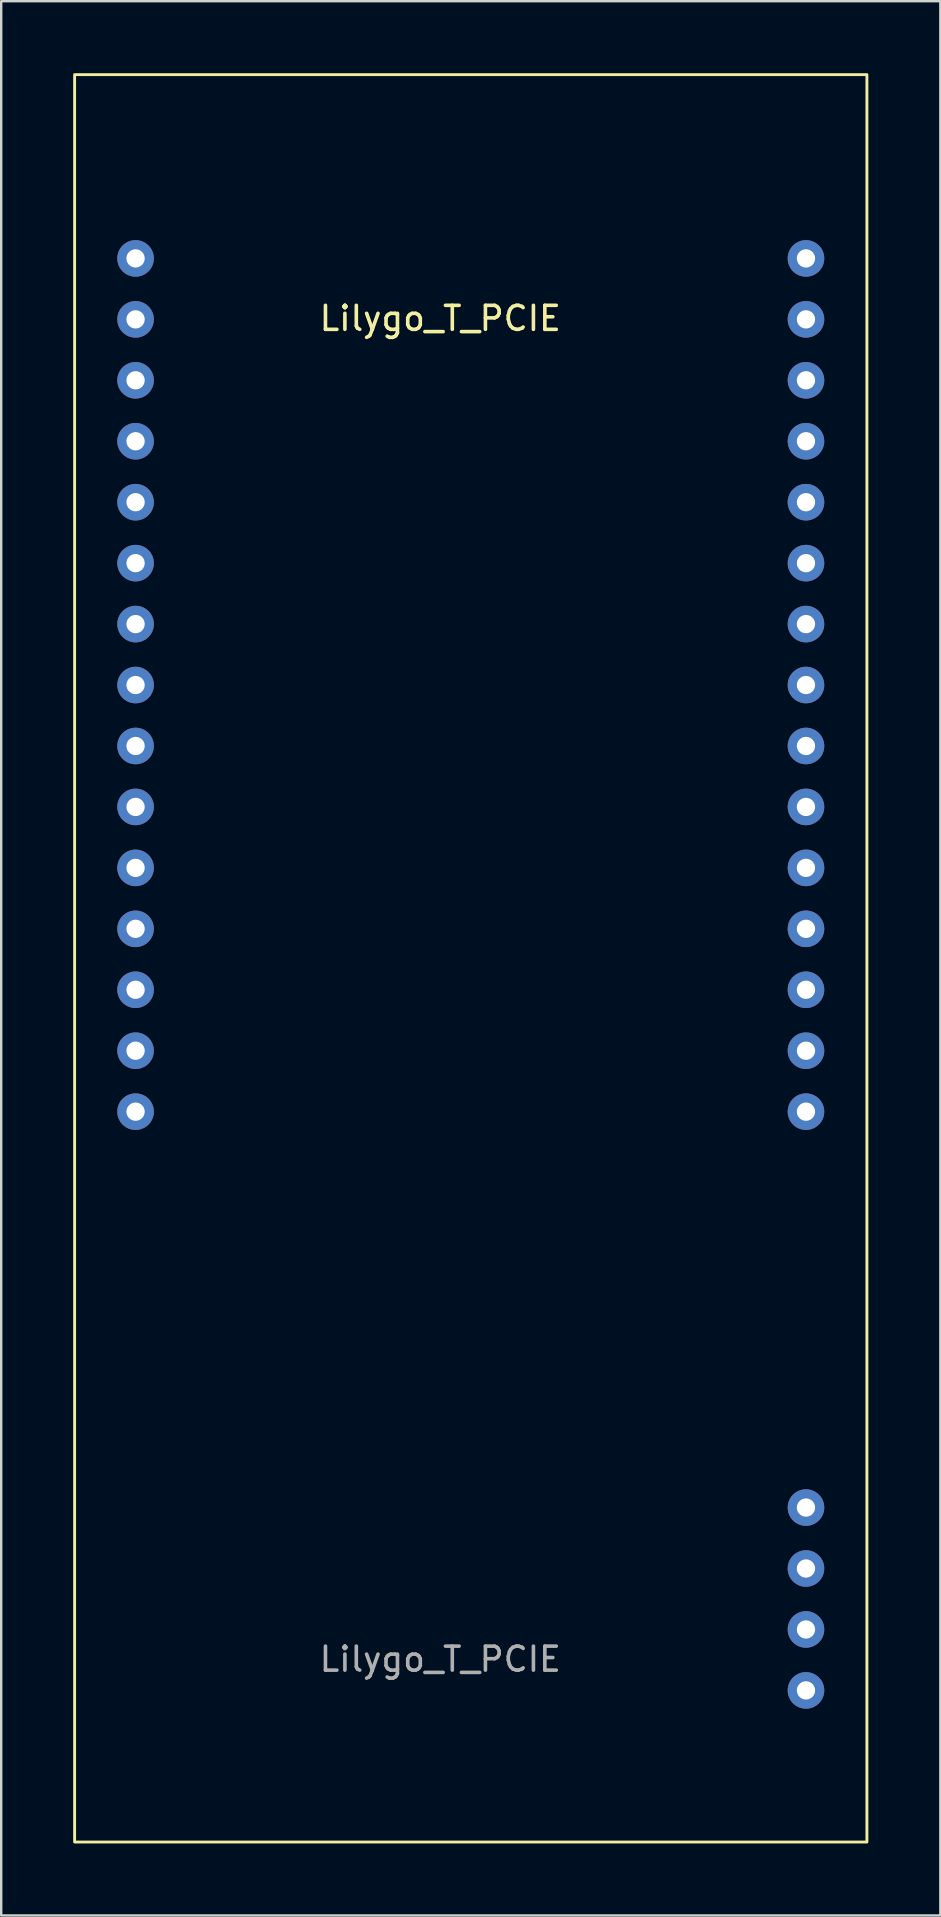
<source format=kicad_pcb>
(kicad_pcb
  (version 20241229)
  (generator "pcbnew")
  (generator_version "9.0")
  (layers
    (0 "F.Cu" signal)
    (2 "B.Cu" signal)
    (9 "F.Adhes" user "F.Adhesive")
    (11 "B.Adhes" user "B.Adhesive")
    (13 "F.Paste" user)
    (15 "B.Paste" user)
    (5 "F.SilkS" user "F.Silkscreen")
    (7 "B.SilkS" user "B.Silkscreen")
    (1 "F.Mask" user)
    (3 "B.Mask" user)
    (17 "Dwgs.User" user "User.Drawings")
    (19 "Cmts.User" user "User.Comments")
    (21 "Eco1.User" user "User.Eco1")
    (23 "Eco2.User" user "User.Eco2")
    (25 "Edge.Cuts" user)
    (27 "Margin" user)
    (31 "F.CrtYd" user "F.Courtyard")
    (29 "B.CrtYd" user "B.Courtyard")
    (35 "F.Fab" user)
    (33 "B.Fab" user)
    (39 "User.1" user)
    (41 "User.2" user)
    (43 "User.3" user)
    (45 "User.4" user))
  (footprint "Lilygo_T_PCIE"
    (layer "F.Cu")
    (at 15.3 33.08)
    (property "Reference" "Lilygo_T_PCIE" (at 0 -22.86 0) (unlocked yes) (layer "F.SilkS") (effects (font (size 1 1) (thickness 0.15))))
    (attr through_hole)
    (fp_rect (start -15.24 -33.02) (end 17.78 40.64) (stroke (width 0.12) (type solid)) (fill no) (layer "F.SilkS"))
    (fp_text user "${REFERENCE}" (at 0 33.02 0) (unlocked yes) (layer "F.Fab") (effects (font (size 1 1) (thickness 0.15))))
    (pad "1" thru_hole circle (at -12.7 -25.36) (size 1.524 1.524) (drill 0.762) (layers "*.Cu" "*.Mask"))
    (pad "2" thru_hole circle (at -12.7 -22.82) (size 1.524 1.524) (drill 0.762) (layers "*.Cu" "*.Mask"))
    (pad "3" thru_hole circle (at -12.7 -20.28) (size 1.524 1.524) (drill 0.762) (layers "*.Cu" "*.Mask"))
    (pad "4" thru_hole circle (at -12.7 -17.74) (size 1.524 1.524) (drill 0.762) (layers "*.Cu" "*.Mask"))
    (pad "5" thru_hole circle (at -12.7 -15.2) (size 1.524 1.524) (drill 0.762) (layers "*.Cu" "*.Mask"))
    (pad "6" thru_hole circle (at -12.7 -12.66) (size 1.524 1.524) (drill 0.762) (layers "*.Cu" "*.Mask"))
    (pad "7" thru_hole circle (at -12.7 -10.12) (size 1.524 1.524) (drill 0.762) (layers "*.Cu" "*.Mask"))
    (pad "8" thru_hole circle (at -12.7 -7.58) (size 1.524 1.524) (drill 0.762) (layers "*.Cu" "*.Mask"))
    (pad "9" thru_hole circle (at -12.7 -5.04) (size 1.524 1.524) (drill 0.762) (layers "*.Cu" "*.Mask"))
    (pad "10" thru_hole circle (at -12.7 -2.5) (size 1.524 1.524) (drill 0.762) (layers "*.Cu" "*.Mask"))
    (pad "11" thru_hole circle (at -12.7 0.04) (size 1.524 1.524) (drill 0.762) (layers "*.Cu" "*.Mask"))
    (pad "12" thru_hole circle (at -12.7 2.58) (size 1.524 1.524) (drill 0.762) (layers "*.Cu" "*.Mask"))
    (pad "13" thru_hole circle (at -12.7 5.12) (size 1.524 1.524) (drill 0.762) (layers "*.Cu" "*.Mask"))
    (pad "14" thru_hole circle (at -12.7 7.66) (size 1.524 1.524) (drill 0.762) (layers "*.Cu" "*.Mask"))
    (pad "15" thru_hole circle (at -12.7 10.2) (size 1.524 1.524) (drill 0.762) (layers "*.Cu" "*.Mask"))
    (pad "16" thru_hole circle (at 15.24 -25.36) (size 1.524 1.524) (drill 0.762) (layers "*.Cu" "*.Mask"))
    (pad "17" thru_hole circle (at 15.24 -22.82) (size 1.524 1.524) (drill 0.762) (layers "*.Cu" "*.Mask"))
    (pad "18" thru_hole circle (at 15.24 -20.28) (size 1.524 1.524) (drill 0.762) (layers "*.Cu" "*.Mask"))
    (pad "19" thru_hole circle (at 15.24 -17.74) (size 1.524 1.524) (drill 0.762) (layers "*.Cu" "*.Mask"))
    (pad "20" thru_hole circle (at 15.24 -15.2) (size 1.524 1.524) (drill 0.762) (layers "*.Cu" "*.Mask"))
    (pad "21" thru_hole circle (at 15.24 -12.66) (size 1.524 1.524) (drill 0.762) (layers "*.Cu" "*.Mask"))
    (pad "22" thru_hole circle (at 15.24 -10.12) (size 1.524 1.524) (drill 0.762) (layers "*.Cu" "*.Mask"))
    (pad "23" thru_hole circle (at 15.24 -7.58) (size 1.524 1.524) (drill 0.762) (layers "*.Cu" "*.Mask"))
    (pad "24" thru_hole circle (at 15.24 -5.04) (size 1.524 1.524) (drill 0.762) (layers "*.Cu" "*.Mask"))
    (pad "25" thru_hole circle (at 15.24 -2.5) (size 1.524 1.524) (drill 0.762) (layers "*.Cu" "*.Mask"))
    (pad "26" thru_hole circle (at 15.24 0.04) (size 1.524 1.524) (drill 0.762) (layers "*.Cu" "*.Mask"))
    (pad "27" thru_hole circle (at 15.24 2.58) (size 1.524 1.524) (drill 0.762) (layers "*.Cu" "*.Mask"))
    (pad "28" thru_hole circle (at 15.24 5.12) (size 1.524 1.524) (drill 0.762) (layers "*.Cu" "*.Mask"))
    (pad "29" thru_hole circle (at 15.24 7.66) (size 1.524 1.524) (drill 0.762) (layers "*.Cu" "*.Mask"))
    (pad "30" thru_hole circle (at 15.24 10.2) (size 1.524 1.524) (drill 0.762) (layers "*.Cu" "*.Mask"))
    (pad "31" thru_hole circle (at 15.24 26.7) (size 1.524 1.524) (drill 0.762) (layers "*.Cu" "*.Mask"))
    (pad "32" thru_hole circle (at 15.24 29.24) (size 1.524 1.524) (drill 0.762) (layers "*.Cu" "*.Mask"))
    (pad "33" thru_hole circle (at 15.24 31.78) (size 1.524 1.524) (drill 0.762) (layers "*.Cu" "*.Mask"))
    (pad "34" thru_hole circle (at 15.24 34.32) (size 1.524 1.524) (drill 0.762) (layers "*.Cu" "*.Mask")))
  (gr_rect
    (start -3 -3)
    (end 36.14 76.78)
    (stroke (width 0.1) (type default))
    (fill no)
    (layer "Edge.Cuts")))
</source>
